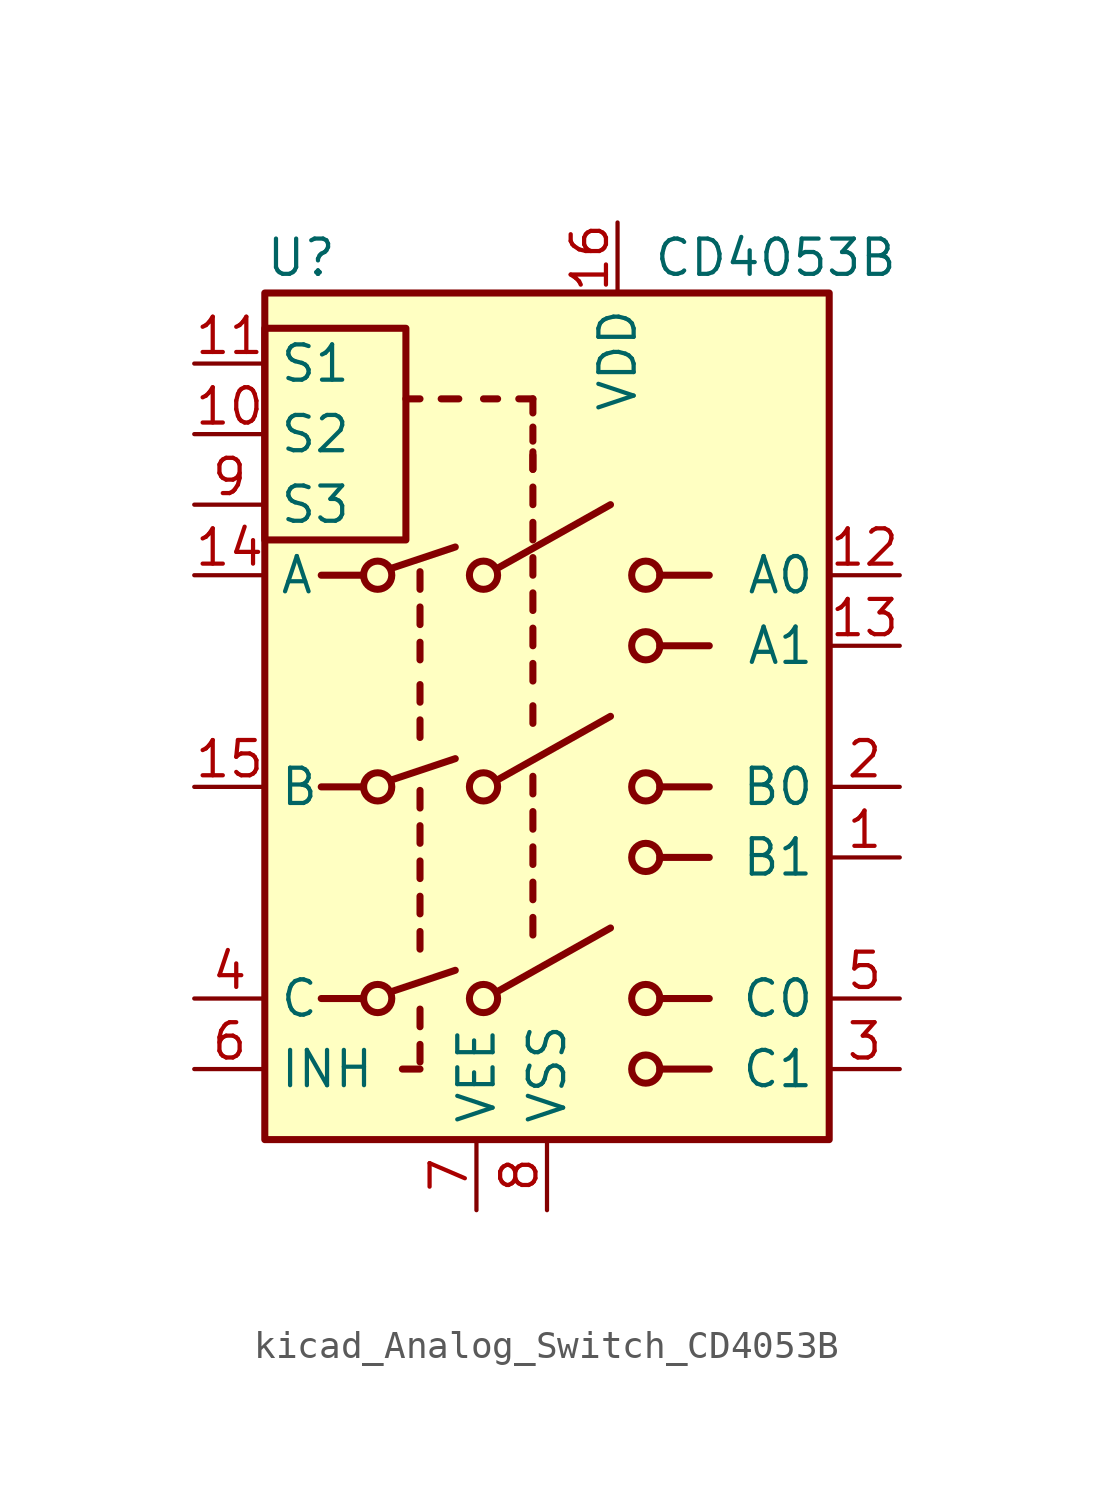
<source format=kicad_sym>
(kicad_symbol_lib
  (version 20220914)
  (generator kicad_symbol_editor)
  (symbol "kicad_Analog_Switch_CD4053B"
    (property "Reference" "U"
      (at -10.16 16.51 0)
      (effects (font (size 1.27 1.27)) (justify left)))
    (property "Value" "CD4053B"
      (at 3.81 16.51 0)
      (effects (font (size 1.27 1.27)) (justify left)))
    (symbol "kicad_Analog_Switch_CD4053B_0_1"
      (rectangle (start -10.16 6.35) (end -5.08 13.97) (stroke (width 0.254) (type default)) (fill (type none)))
      (rectangle (start -10.16 15.24) (end 10.16 -15.24) (stroke (width 0.254) (type default)) (fill (type background)))
      (circle (center -6.096 -10.16) (radius 0.508) (stroke (width 0.254) (type default)) (fill (type none)))
      (circle (center -6.096 -2.54) (radius 0.508) (stroke (width 0.254) (type default)) (fill (type none)))
      (circle (center -6.096 5.08) (radius 0.508) (stroke (width 0.254) (type default)) (fill (type none)))
      (circle (center -2.286 -10.16) (radius 0.508) (stroke (width 0.254) (type default)) (fill (type none)))
      (circle (center -2.286 -2.54) (radius 0.508) (stroke (width 0.254) (type default)) (fill (type none)))
      (circle (center -2.286 5.08) (radius 0.508) (stroke (width 0.254) (type default)) (fill (type none)))
      (polyline (pts (xy -8.128 -10.16) (xy -6.604 -10.16)) (stroke (width 0.254) (type default)) (fill (type none)))
      (polyline (pts (xy -8.128 -2.54) (xy -6.604 -2.54)) (stroke (width 0.254) (type default)) (fill (type none)))
      (polyline (pts (xy -8.128 5.08) (xy -6.604 5.08)) (stroke (width 0.254) (type default)) (fill (type none)))
      (polyline (pts (xy -5.588 -9.906) (xy -3.302 -9.144)) (stroke (width 0.254) (type default)) (fill (type none)))
      (polyline (pts (xy -5.588 -2.286) (xy -3.302 -1.524)) (stroke (width 0.254) (type default)) (fill (type none)))
      (polyline (pts (xy -5.588 5.334) (xy -3.302 6.096)) (stroke (width 0.254) (type default)) (fill (type none)))
      (polyline (pts (xy -4.572 -12.7) (xy -5.207 -12.7)) (stroke (width 0.254) (type default)) (fill (type none)))
      (polyline (pts (xy -4.572 -12.446) (xy -4.572 -11.811)) (stroke (width 0.254) (type default)) (fill (type none)))
      (polyline (pts (xy -4.572 -11.176) (xy -4.572 -10.541)) (stroke (width 0.254) (type default)) (fill (type none)))
      (polyline (pts (xy -4.572 -8.382) (xy -4.572 -7.747)) (stroke (width 0.254) (type default)) (fill (type none)))
      (polyline (pts (xy -4.572 -7.112) (xy -4.572 -6.477)) (stroke (width 0.254) (type default)) (fill (type none)))
      (polyline (pts (xy -4.572 -5.842) (xy -4.572 -5.207)) (stroke (width 0.254) (type default)) (fill (type none)))
      (polyline (pts (xy -4.572 -4.572) (xy -4.572 -3.937)) (stroke (width 0.254) (type default)) (fill (type none)))
      (polyline (pts (xy -4.572 -3.302) (xy -4.572 -2.667)) (stroke (width 0.254) (type default)) (fill (type none)))
      (polyline (pts (xy -4.572 -0.762) (xy -4.572 -0.127)) (stroke (width 0.254) (type default)) (fill (type none)))
      (polyline (pts (xy -4.572 0.508) (xy -4.572 1.143)) (stroke (width 0.254) (type default)) (fill (type none)))
      (polyline (pts (xy -4.572 2.032) (xy -4.572 2.667)) (stroke (width 0.254) (type default)) (fill (type none)))
      (polyline (pts (xy -4.572 3.302) (xy -4.572 3.937)) (stroke (width 0.254) (type default)) (fill (type none)))
      (polyline (pts (xy -4.572 4.572) (xy -4.572 5.207)) (stroke (width 0.254) (type default)) (fill (type none)))
      (polyline (pts (xy -4.572 11.43) (xy -5.08 11.43)) (stroke (width 0.254) (type default)) (fill (type none)))
      (polyline (pts (xy -3.81 11.43) (xy -3.175 11.43)) (stroke (width 0.254) (type default)) (fill (type none)))
      (polyline (pts (xy -1.778 -9.906) (xy 2.286 -7.62)) (stroke (width 0.254) (type default)) (fill (type none)))
      (polyline (pts (xy -1.778 -2.286) (xy 2.286 0)) (stroke (width 0.254) (type default)) (fill (type none)))
      (polyline (pts (xy -1.778 5.334) (xy 2.286 7.62)) (stroke (width 0.254) (type default)) (fill (type none)))
      (polyline (pts (xy -1.778 11.43) (xy -2.286 11.43)) (stroke (width 0.254) (type default)) (fill (type none)))
      (polyline (pts (xy -0.508 -7.874) (xy -0.508 -7.239)) (stroke (width 0.254) (type default)) (fill (type none)))
      (polyline (pts (xy -0.508 -6.604) (xy -0.508 -5.969)) (stroke (width 0.254) (type default)) (fill (type none)))
      (polyline (pts (xy -0.508 -5.334) (xy -0.508 -4.699)) (stroke (width 0.254) (type default)) (fill (type none)))
      (polyline (pts (xy -0.508 -4.064) (xy -0.508 -3.429)) (stroke (width 0.254) (type default)) (fill (type none)))
      (polyline (pts (xy -0.508 -2.794) (xy -0.508 -2.159)) (stroke (width 0.254) (type default)) (fill (type none)))
      (polyline (pts (xy -0.508 -0.254) (xy -0.508 0.381)) (stroke (width 0.254) (type default)) (fill (type none)))
      (polyline (pts (xy -0.508 1.27) (xy -0.508 1.905)) (stroke (width 0.254) (type default)) (fill (type none)))
      (polyline (pts (xy -0.508 2.54) (xy -0.508 3.175)) (stroke (width 0.254) (type default)) (fill (type none)))
      (polyline (pts (xy -0.508 3.81) (xy -0.508 4.445)) (stroke (width 0.254) (type default)) (fill (type none)))
      (polyline (pts (xy -0.508 5.08) (xy -0.508 5.715)) (stroke (width 0.254) (type default)) (fill (type none)))
      (polyline (pts (xy -0.508 6.35) (xy -0.508 6.985)) (stroke (width 0.254) (type default)) (fill (type none)))
      (polyline (pts (xy -0.508 7.62) (xy -0.508 8.255)) (stroke (width 0.254) (type default)) (fill (type none)))
      (polyline (pts (xy -0.508 8.89) (xy -0.508 9.398)) (stroke (width 0.254) (type default)) (fill (type none)))
      (polyline (pts (xy -0.508 8.89) (xy -0.508 9.525)) (stroke (width 0.254) (type default)) (fill (type none)))
      (polyline (pts (xy -0.508 9.906) (xy -0.508 10.414)) (stroke (width 0.254) (type default)) (fill (type none)))
      (polyline (pts (xy -0.508 10.922) (xy -0.508 11.43)) (stroke (width 0.254) (type default)) (fill (type none)))
      (polyline (pts (xy -0.508 11.43) (xy -1.016 11.43)) (stroke (width 0.254) (type default)) (fill (type none)))
      (polyline (pts (xy 4.064 -12.7) (xy 5.842 -12.7)) (stroke (width 0.254) (type default)) (fill (type none)))
      (polyline (pts (xy 4.064 -10.16) (xy 5.842 -10.16)) (stroke (width 0.254) (type default)) (fill (type none)))
      (polyline (pts (xy 4.064 -5.08) (xy 5.842 -5.08)) (stroke (width 0.254) (type default)) (fill (type none)))
      (polyline (pts (xy 4.064 -2.54) (xy 5.842 -2.54)) (stroke (width 0.254) (type default)) (fill (type none)))
      (polyline (pts (xy 4.064 2.54) (xy 5.842 2.54)) (stroke (width 0.254) (type default)) (fill (type none)))
      (polyline (pts (xy 4.064 5.08) (xy 5.842 5.08)) (stroke (width 0.254) (type default)) (fill (type none)))
      (circle (center 3.556 -12.7) (radius 0.508) (stroke (width 0.254) (type default)) (fill (type none)))
      (circle (center 3.556 -10.16) (radius 0.508) (stroke (width 0.254) (type default)) (fill (type none)))
      (circle (center 3.556 -5.08) (radius 0.508) (stroke (width 0.254) (type default)) (fill (type none)))
      (circle (center 3.556 -2.54) (radius 0.508) (stroke (width 0.254) (type default)) (fill (type none)))
      (circle (center 3.556 2.54) (radius 0.508) (stroke (width 0.254) (type default)) (fill (type none)))
      (circle (center 3.556 5.08) (radius 0.508) (stroke (width 0.254) (type default)) (fill (type none))))
    (symbol "kicad_Analog_Switch_CD4053B_1_1"
      (pin bidirectional line (at 12.7 -5.08 180) (length 2.54) (name "B1" (effects (font (size 1.27 1.27)))) (number "1" (effects (font (size 1.27 1.27)))))
      (pin input line (at -12.7 10.16 0) (length 2.54) (name "S2" (effects (font (size 1.27 1.27)))) (number "10" (effects (font (size 1.27 1.27)))))
      (pin input line (at -12.7 12.7 0) (length 2.54) (name "S1" (effects (font (size 1.27 1.27)))) (number "11" (effects (font (size 1.27 1.27)))))
      (pin bidirectional line (at 12.7 5.08 180) (length 2.54) (name "A0" (effects (font (size 1.27 1.27)))) (number "12" (effects (font (size 1.27 1.27)))))
      (pin bidirectional line (at 12.7 2.54 180) (length 2.54) (name "A1" (effects (font (size 1.27 1.27)))) (number "13" (effects (font (size 1.27 1.27)))))
      (pin bidirectional line (at -12.7 5.08 0) (length 2.54) (name "A" (effects (font (size 1.27 1.27)))) (number "14" (effects (font (size 1.27 1.27)))))
      (pin bidirectional line (at -12.7 -2.54 0) (length 2.54) (name "B" (effects (font (size 1.27 1.27)))) (number "15" (effects (font (size 1.27 1.27)))))
      (pin power_in line (at 2.54 17.78 270) (length 2.54) (name "VDD" (effects (font (size 1.27 1.27)))) (number "16" (effects (font (size 1.27 1.27)))))
      (pin bidirectional line (at 12.7 -2.54 180) (length 2.54) (name "B0" (effects (font (size 1.27 1.27)))) (number "2" (effects (font (size 1.27 1.27)))))
      (pin bidirectional line (at 12.7 -12.7 180) (length 2.54) (name "C1" (effects (font (size 1.27 1.27)))) (number "3" (effects (font (size 1.27 1.27)))))
      (pin bidirectional line (at -12.7 -10.16 0) (length 2.54) (name "C" (effects (font (size 1.27 1.27)))) (number "4" (effects (font (size 1.27 1.27)))))
      (pin bidirectional line (at 12.7 -10.16 180) (length 2.54) (name "C0" (effects (font (size 1.27 1.27)))) (number "5" (effects (font (size 1.27 1.27)))))
      (pin input line (at -12.7 -12.7 0) (length 2.54) (name "INH" (effects (font (size 1.27 1.27)))) (number "6" (effects (font (size 1.27 1.27)))))
      (pin power_in line (at -2.54 -17.78 90) (length 2.54) (name "VEE" (effects (font (size 1.27 1.27)))) (number "7" (effects (font (size 1.27 1.27)))))
      (pin power_in line (at 0 -17.78 90) (length 2.54) (name "VSS" (effects (font (size 1.27 1.27)))) (number "8" (effects (font (size 1.27 1.27)))))
      (pin input line (at -12.7 7.62 0) (length 2.54) (name "S3" (effects (font (size 1.27 1.27)))) (number "9" (effects (font (size 1.27 1.27))))))))
</source>
